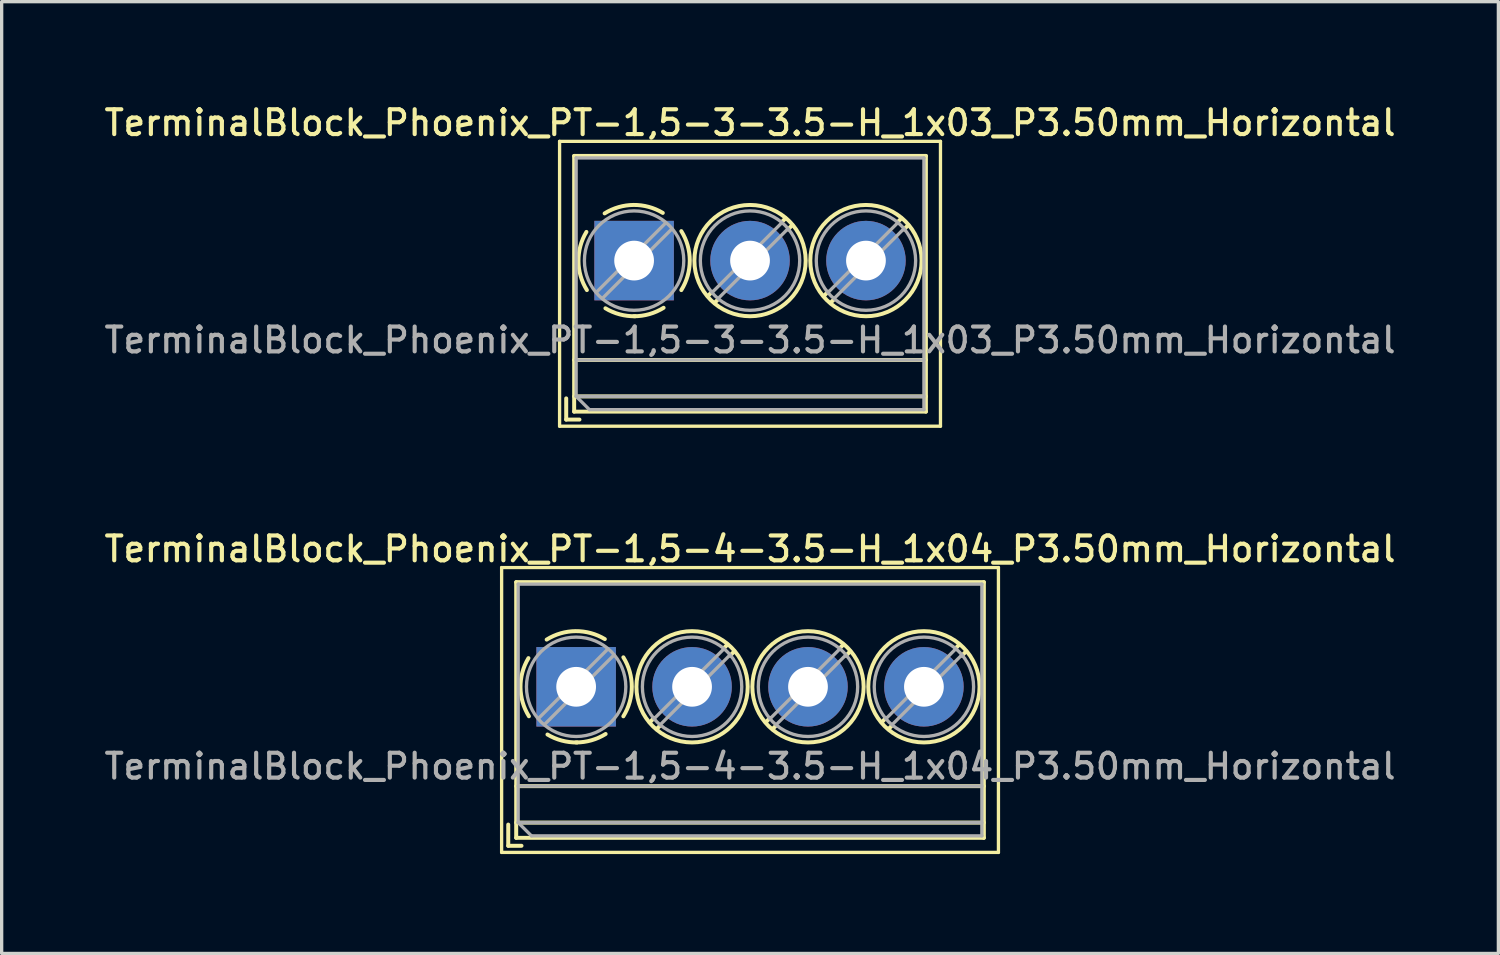
<source format=kicad_pcb>
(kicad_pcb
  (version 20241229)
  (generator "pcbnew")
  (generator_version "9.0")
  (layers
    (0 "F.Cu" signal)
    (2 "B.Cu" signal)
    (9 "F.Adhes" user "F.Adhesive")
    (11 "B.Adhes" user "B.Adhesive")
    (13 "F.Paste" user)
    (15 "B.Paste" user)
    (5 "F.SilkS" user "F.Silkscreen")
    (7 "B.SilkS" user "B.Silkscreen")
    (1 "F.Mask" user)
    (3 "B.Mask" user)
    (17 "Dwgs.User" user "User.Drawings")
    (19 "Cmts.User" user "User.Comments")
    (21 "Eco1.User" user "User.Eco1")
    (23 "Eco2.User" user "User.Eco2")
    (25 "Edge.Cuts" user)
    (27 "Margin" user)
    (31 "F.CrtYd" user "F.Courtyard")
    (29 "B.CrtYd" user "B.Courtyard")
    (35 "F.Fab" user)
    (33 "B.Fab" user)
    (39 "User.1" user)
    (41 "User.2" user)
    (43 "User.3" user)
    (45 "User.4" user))
  (footprint "TerminalBlock_Phoenix_PT-1,5-4-3.5-H_1x04_P3.50mm_Horizontal"
    (layer "F.Cu")
    (at 14.345 17.686)
    (property "Reference" "TerminalBlock_Phoenix_PT-1,5-4-3.5-H_1x04_P3.50mm_Horizontal" (at 5.25 -4.16 0) (layer "F.SilkS") (effects (font (size 0.75 0.75) (thickness 0.125))))
    (attr through_hole)
    (fp_line (start -2.25 -3.6) (end -2.25 5) (stroke (width 0.1) (type solid)) (layer "F.SilkS"))
    (fp_line (start -2.25 5) (end 12.75 5) (stroke (width 0.1) (type solid)) (layer "F.SilkS"))
    (fp_line (start -2.05 4.16) (end -2.05 4.8) (stroke (width 0.12) (type solid)) (layer "F.SilkS"))
    (fp_line (start -2.05 4.8) (end -1.65 4.8) (stroke (width 0.12) (type solid)) (layer "F.SilkS"))
    (fp_line (start -1.81 -3.16) (end -1.81 4.56) (stroke (width 0.12) (type solid)) (layer "F.SilkS"))
    (fp_line (start -1.81 -3.16) (end 12.31 -3.16) (stroke (width 0.12) (type solid)) (layer "F.SilkS"))
    (fp_line (start -1.81 3) (end 12.31 3) (stroke (width 0.12) (type solid)) (layer "F.SilkS"))
    (fp_line (start -1.81 4.1) (end 12.31 4.1) (stroke (width 0.12) (type solid)) (layer "F.SilkS"))
    (fp_line (start -1.81 4.56) (end 12.31 4.56) (stroke (width 0.12) (type solid)) (layer "F.SilkS"))
    (fp_line (start 2.355 0.941) (end 2.226 1.069) (stroke (width 0.12) (type solid)) (layer "F.SilkS"))
    (fp_line (start 2.525 1.181) (end 2.431 1.274) (stroke (width 0.12) (type solid)) (layer "F.SilkS"))
    (fp_line (start 4.57 -1.275) (end 4.476 -1.181) (stroke (width 0.12) (type solid)) (layer "F.SilkS"))
    (fp_line (start 4.775 -1.069) (end 4.646 -0.941) (stroke (width 0.12) (type solid)) (layer "F.SilkS"))
    (fp_line (start 5.855 0.941) (end 5.726 1.069) (stroke (width 0.12) (type solid)) (layer "F.SilkS"))
    (fp_line (start 6.025 1.181) (end 5.931 1.274) (stroke (width 0.12) (type solid)) (layer "F.SilkS"))
    (fp_line (start 8.07 -1.275) (end 7.976 -1.181) (stroke (width 0.12) (type solid)) (layer "F.SilkS"))
    (fp_line (start 8.275 -1.069) (end 8.146 -0.941) (stroke (width 0.12) (type solid)) (layer "F.SilkS"))
    (fp_line (start 9.355 0.941) (end 9.226 1.069) (stroke (width 0.12) (type solid)) (layer "F.SilkS"))
    (fp_line (start 9.525 1.181) (end 9.431 1.274) (stroke (width 0.12) (type solid)) (layer "F.SilkS"))
    (fp_line (start 11.57 -1.275) (end 11.476 -1.181) (stroke (width 0.12) (type solid)) (layer "F.SilkS"))
    (fp_line (start 11.775 -1.069) (end 11.646 -0.941) (stroke (width 0.12) (type solid)) (layer "F.SilkS"))
    (fp_line (start 12.31 -3.16) (end 12.31 4.56) (stroke (width 0.12) (type solid)) (layer "F.SilkS"))
    (fp_line (start 12.75 -3.6) (end -2.25 -3.6) (stroke (width 0.1) (type solid)) (layer "F.SilkS"))
    (fp_line (start 12.75 5) (end 12.75 -3.6) (stroke (width 0.1) (type solid)) (layer "F.SilkS"))
    (fp_arc (start -1.425358 0.889894) (mid -1.680286 0.014012) (end -1.44 -0.866) (stroke (width 0.12) (type solid)) (layer "F.SilkS"))
    (fp_arc (start -0.889894 -1.425358) (mid -0.014012 -1.680286) (end 0.866 -1.44) (stroke (width 0.12) (type solid)) (layer "F.SilkS"))
    (fp_arc (start 0.028674 1.680099) (mid -0.435535 1.622918) (end -0.866 1.44) (stroke (width 0.12) (type solid)) (layer "F.SilkS"))
    (fp_arc (start 0.890264 1.424721) (mid 0.463071 1.61492) (end 0 1.68) (stroke (width 0.12) (type solid)) (layer "F.SilkS"))
    (fp_arc (start 1.425504 -0.890193) (mid 1.680626 0.000476) (end 1.425 0.891) (stroke (width 0.12) (type solid)) (layer "F.SilkS"))
    (fp_circle (center 3.5 0) (end 5.18 0) (stroke (width 0.12) (type solid)) (fill no) (layer "F.SilkS"))
    (fp_circle (center 7 0) (end 8.68 0) (stroke (width 0.12) (type solid)) (fill no) (layer "F.SilkS"))
    (fp_circle (center 10.5 0) (end 12.18 0) (stroke (width 0.12) (type solid)) (fill no) (layer "F.SilkS"))
    (fp_line (start -1.75 -3.1) (end 12.25 -3.1) (stroke (width 0.1) (type solid)) (layer "F.Fab"))
    (fp_line (start -1.75 3) (end 12.25 3) (stroke (width 0.1) (type solid)) (layer "F.Fab"))
    (fp_line (start -1.75 4.1) (end -1.75 -3.1) (stroke (width 0.1) (type solid)) (layer "F.Fab"))
    (fp_line (start -1.75 4.1) (end 12.25 4.1) (stroke (width 0.1) (type solid)) (layer "F.Fab"))
    (fp_line (start -1.35 4.5) (end -1.75 4.1) (stroke (width 0.1) (type solid)) (layer "F.Fab"))
    (fp_line (start 0.955 -1.138) (end -1.138 0.955) (stroke (width 0.1) (type solid)) (layer "F.Fab"))
    (fp_line (start 1.138 -0.955) (end -0.955 1.138) (stroke (width 0.1) (type solid)) (layer "F.Fab"))
    (fp_line (start 4.455 -1.138) (end 2.363 0.955) (stroke (width 0.1) (type solid)) (layer "F.Fab"))
    (fp_line (start 4.638 -0.955) (end 2.546 1.138) (stroke (width 0.1) (type solid)) (layer "F.Fab"))
    (fp_line (start 7.955 -1.138) (end 5.863 0.955) (stroke (width 0.1) (type solid)) (layer "F.Fab"))
    (fp_line (start 8.138 -0.955) (end 6.046 1.138) (stroke (width 0.1) (type solid)) (layer "F.Fab"))
    (fp_line (start 11.455 -1.138) (end 9.363 0.955) (stroke (width 0.1) (type solid)) (layer "F.Fab"))
    (fp_line (start 11.638 -0.955) (end 9.546 1.138) (stroke (width 0.1) (type solid)) (layer "F.Fab"))
    (fp_line (start 12.25 -3.1) (end 12.25 4.5) (stroke (width 0.1) (type solid)) (layer "F.Fab"))
    (fp_line (start 12.25 4.5) (end -1.35 4.5) (stroke (width 0.1) (type solid)) (layer "F.Fab"))
    (fp_circle (center 0 0) (end 1.5 0) (stroke (width 0.1) (type solid)) (fill no) (layer "F.Fab"))
    (fp_circle (center 3.5 0) (end 5 0) (stroke (width 0.1) (type solid)) (fill no) (layer "F.Fab"))
    (fp_circle (center 7 0) (end 8.5 0) (stroke (width 0.1) (type solid)) (fill no) (layer "F.Fab"))
    (fp_circle (center 10.5 0) (end 12 0) (stroke (width 0.1) (type solid)) (fill no) (layer "F.Fab"))
    (fp_text user "${REFERENCE}" (at 5.25 2.4 0) (layer "F.Fab") (effects (font (size 0.75 0.75) (thickness 0.125))))
    (pad "1" thru_hole rect (at 0 0) (size 2.4 2.4) (drill 1.2) (layers "*.Cu" "*.Mask"))
    (pad "2" thru_hole circle (at 3.5 0) (size 2.4 2.4) (drill 1.2) (layers "*.Cu" "*.Mask"))
    (pad "3" thru_hole circle (at 7 0) (size 2.4 2.4) (drill 1.2) (layers "*.Cu" "*.Mask"))
    (pad "4" thru_hole circle (at 10.5 0) (size 2.4 2.4) (drill 1.2) (layers "*.Cu" "*.Mask")))
  (footprint "TerminalBlock_Phoenix_PT-1,5-3-3.5-H_1x03_P3.50mm_Horizontal"
    (layer "F.Cu")
    (at 16.095 4.818)
    (property "Reference" "TerminalBlock_Phoenix_PT-1,5-3-3.5-H_1x03_P3.50mm_Horizontal" (at 3.5 -4.16 0) (layer "F.SilkS") (effects (font (size 0.75 0.75) (thickness 0.125))))
    (attr through_hole)
    (fp_line (start -2.25 -3.6) (end -2.25 5) (stroke (width 0.1) (type solid)) (layer "F.SilkS"))
    (fp_line (start -2.25 5) (end 9.25 5) (stroke (width 0.1) (type solid)) (layer "F.SilkS"))
    (fp_line (start -2.05 4.16) (end -2.05 4.8) (stroke (width 0.12) (type solid)) (layer "F.SilkS"))
    (fp_line (start -2.05 4.8) (end -1.65 4.8) (stroke (width 0.12) (type solid)) (layer "F.SilkS"))
    (fp_line (start -1.81 -3.16) (end -1.81 4.56) (stroke (width 0.12) (type solid)) (layer "F.SilkS"))
    (fp_line (start -1.81 -3.16) (end 8.81 -3.16) (stroke (width 0.12) (type solid)) (layer "F.SilkS"))
    (fp_line (start -1.81 3) (end 8.81 3) (stroke (width 0.12) (type solid)) (layer "F.SilkS"))
    (fp_line (start -1.81 4.1) (end 8.81 4.1) (stroke (width 0.12) (type solid)) (layer "F.SilkS"))
    (fp_line (start -1.81 4.56) (end 8.81 4.56) (stroke (width 0.12) (type solid)) (layer "F.SilkS"))
    (fp_line (start 2.355 0.941) (end 2.226 1.069) (stroke (width 0.12) (type solid)) (layer "F.SilkS"))
    (fp_line (start 2.525 1.181) (end 2.431 1.274) (stroke (width 0.12) (type solid)) (layer "F.SilkS"))
    (fp_line (start 4.57 -1.275) (end 4.476 -1.181) (stroke (width 0.12) (type solid)) (layer "F.SilkS"))
    (fp_line (start 4.775 -1.069) (end 4.646 -0.941) (stroke (width 0.12) (type solid)) (layer "F.SilkS"))
    (fp_line (start 5.855 0.941) (end 5.726 1.069) (stroke (width 0.12) (type solid)) (layer "F.SilkS"))
    (fp_line (start 6.025 1.181) (end 5.931 1.274) (stroke (width 0.12) (type solid)) (layer "F.SilkS"))
    (fp_line (start 8.07 -1.275) (end 7.976 -1.181) (stroke (width 0.12) (type solid)) (layer "F.SilkS"))
    (fp_line (start 8.275 -1.069) (end 8.146 -0.941) (stroke (width 0.12) (type solid)) (layer "F.SilkS"))
    (fp_line (start 8.81 -3.16) (end 8.81 4.56) (stroke (width 0.12) (type solid)) (layer "F.SilkS"))
    (fp_line (start 9.25 -3.6) (end -2.25 -3.6) (stroke (width 0.1) (type solid)) (layer "F.SilkS"))
    (fp_line (start 9.25 5) (end 9.25 -3.6) (stroke (width 0.1) (type solid)) (layer "F.SilkS"))
    (fp_arc (start -1.425358 0.889894) (mid -1.680286 0.014012) (end -1.44 -0.866) (stroke (width 0.12) (type solid)) (layer "F.SilkS"))
    (fp_arc (start -0.889894 -1.425358) (mid -0.014012 -1.680286) (end 0.866 -1.44) (stroke (width 0.12) (type solid)) (layer "F.SilkS"))
    (fp_arc (start 0.028674 1.680099) (mid -0.435535 1.622918) (end -0.866 1.44) (stroke (width 0.12) (type solid)) (layer "F.SilkS"))
    (fp_arc (start 0.890264 1.424721) (mid 0.463071 1.61492) (end 0 1.68) (stroke (width 0.12) (type solid)) (layer "F.SilkS"))
    (fp_arc (start 1.425504 -0.890193) (mid 1.680626 0.000476) (end 1.425 0.891) (stroke (width 0.12) (type solid)) (layer "F.SilkS"))
    (fp_circle (center 3.5 0) (end 5.18 0) (stroke (width 0.12) (type solid)) (fill no) (layer "F.SilkS"))
    (fp_circle (center 7 0) (end 8.68 0) (stroke (width 0.12) (type solid)) (fill no) (layer "F.SilkS"))
    (fp_line (start -1.75 -3.1) (end 8.75 -3.1) (stroke (width 0.1) (type solid)) (layer "F.Fab"))
    (fp_line (start -1.75 3) (end 8.75 3) (stroke (width 0.1) (type solid)) (layer "F.Fab"))
    (fp_line (start -1.75 4.1) (end -1.75 -3.1) (stroke (width 0.1) (type solid)) (layer "F.Fab"))
    (fp_line (start -1.75 4.1) (end 8.75 4.1) (stroke (width 0.1) (type solid)) (layer "F.Fab"))
    (fp_line (start -1.35 4.5) (end -1.75 4.1) (stroke (width 0.1) (type solid)) (layer "F.Fab"))
    (fp_line (start 0.955 -1.138) (end -1.138 0.955) (stroke (width 0.1) (type solid)) (layer "F.Fab"))
    (fp_line (start 1.138 -0.955) (end -0.955 1.138) (stroke (width 0.1) (type solid)) (layer "F.Fab"))
    (fp_line (start 4.455 -1.138) (end 2.363 0.955) (stroke (width 0.1) (type solid)) (layer "F.Fab"))
    (fp_line (start 4.638 -0.955) (end 2.546 1.138) (stroke (width 0.1) (type solid)) (layer "F.Fab"))
    (fp_line (start 7.955 -1.138) (end 5.863 0.955) (stroke (width 0.1) (type solid)) (layer "F.Fab"))
    (fp_line (start 8.138 -0.955) (end 6.046 1.138) (stroke (width 0.1) (type solid)) (layer "F.Fab"))
    (fp_line (start 8.75 -3.1) (end 8.75 4.5) (stroke (width 0.1) (type solid)) (layer "F.Fab"))
    (fp_line (start 8.75 4.5) (end -1.35 4.5) (stroke (width 0.1) (type solid)) (layer "F.Fab"))
    (fp_circle (center 0 0) (end 1.5 0) (stroke (width 0.1) (type solid)) (fill no) (layer "F.Fab"))
    (fp_circle (center 3.5 0) (end 5 0) (stroke (width 0.1) (type solid)) (fill no) (layer "F.Fab"))
    (fp_circle (center 7 0) (end 8.5 0) (stroke (width 0.1) (type solid)) (fill no) (layer "F.Fab"))
    (fp_text user "${REFERENCE}" (at 3.5 2.4 0) (layer "F.Fab") (effects (font (size 0.75 0.75) (thickness 0.125))))
    (pad "1" thru_hole rect (at 0 0) (size 2.4 2.4) (drill 1.2) (layers "*.Cu" "*.Mask"))
    (pad "2" thru_hole circle (at 3.5 0) (size 2.4 2.4) (drill 1.2) (layers "*.Cu" "*.Mask"))
    (pad "3" thru_hole circle (at 7 0) (size 2.4 2.4) (drill 1.2) (layers "*.Cu" "*.Mask")))
  (gr_rect
    (start -3 -3)
    (end 42.189 25.736)
    (stroke (width 0.1) (type default))
    (fill no)
    (layer "Edge.Cuts")))
</source>
